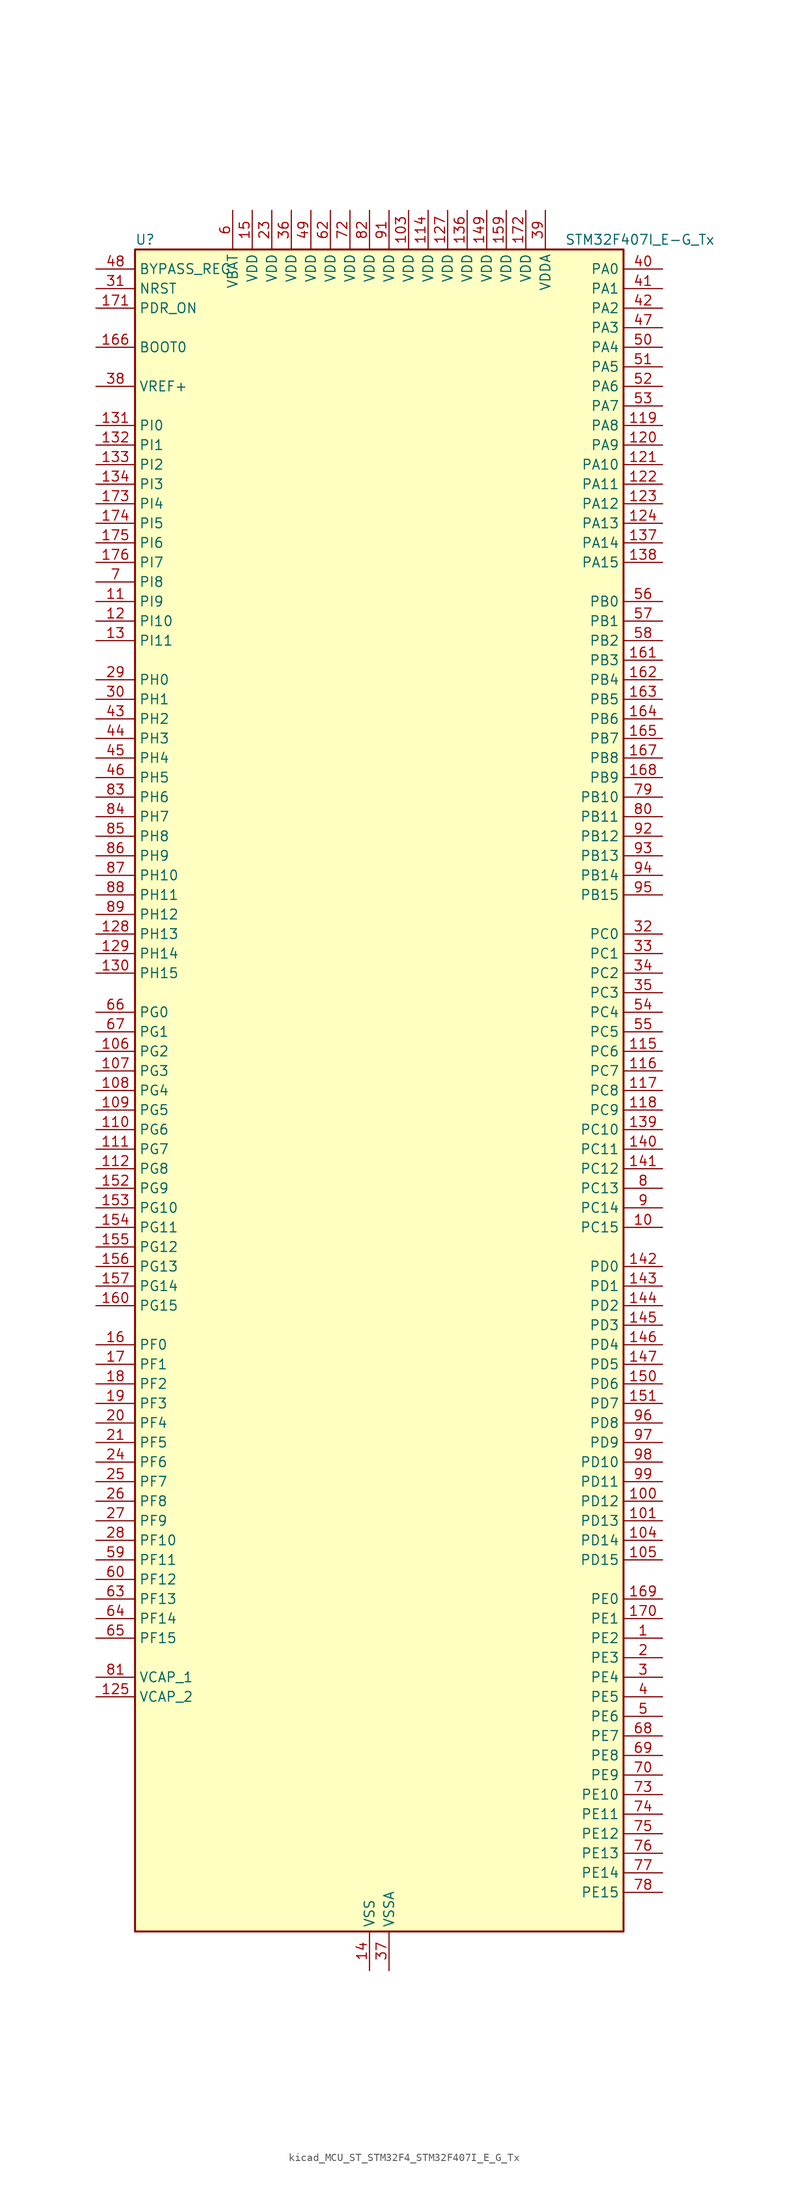
<source format=kicad_sym>
(kicad_symbol_lib
  (version 20220914)
  (generator kicad_symbol_editor)
  (symbol "kicad_MCU_ST_STM32F4_STM32F407I_E_G_Tx"
    (property "Reference" "U"
      (at -30.48 110.49 0)
      (effects (font (size 1.27 1.27)) (justify left)))
    (property "Value" "STM32F407I_E-G_Tx"
      (at 25.4 110.49 0)
      (effects (font (size 1.27 1.27)) (justify left)))
    (property "ki_locked" ""
      (at 0 0 0)
      (effects (font (size 1.27 1.27))))
    (symbol "kicad_MCU_ST_STM32F4_STM32F407I_E_G_Tx_0_1"
      (rectangle (start -30.48 -109.22) (end 33.02 109.22) (stroke (width 0.254) (type default)) (fill (type background))))
    (symbol "kicad_MCU_ST_STM32F4_STM32F407I_E_G_Tx_1_1"
      (pin bidirectional line (at 38.1 -71.12 180) (length 5.08) (name "PE2" (effects (font (size 1.27 1.27)))) (number "1" (effects (font (size 1.27 1.27)))) (alternate "ETH_TXD3" bidirectional line) (alternate "FSMC_A23" bidirectional line) (alternate "SYS_TRACECLK" bidirectional line))
      (pin bidirectional line (at 38.1 -17.78 180) (length 5.08) (name "PC15" (effects (font (size 1.27 1.27)))) (number "10" (effects (font (size 1.27 1.27)))) (alternate "ADC1_EXTI15" bidirectional line) (alternate "ADC2_EXTI15" bidirectional line) (alternate "ADC3_EXTI15" bidirectional line) (alternate "RCC_OSC32_OUT" bidirectional line))
      (pin bidirectional line (at 38.1 -53.34 180) (length 5.08) (name "PD12" (effects (font (size 1.27 1.27)))) (number "100" (effects (font (size 1.27 1.27)))) (alternate "FSMC_A17" bidirectional line) (alternate "FSMC_ALE" bidirectional line) (alternate "TIM4_CH1" bidirectional line) (alternate "USART3_RTS" bidirectional line))
      (pin bidirectional line (at 38.1 -55.88 180) (length 5.08) (name "PD13" (effects (font (size 1.27 1.27)))) (number "101" (effects (font (size 1.27 1.27)))) (alternate "FSMC_A18" bidirectional line) (alternate "TIM4_CH2" bidirectional line))
      (pin passive line (at 0 -114.3 90) (length 5.08) hide (name "VSS" (effects (font (size 1.27 1.27)))) (number "102" (effects (font (size 1.27 1.27)))))
      (pin power_in line (at 5.08 114.3 270) (length 5.08) (name "VDD" (effects (font (size 1.27 1.27)))) (number "103" (effects (font (size 1.27 1.27)))))
      (pin bidirectional line (at 38.1 -58.42 180) (length 5.08) (name "PD14" (effects (font (size 1.27 1.27)))) (number "104" (effects (font (size 1.27 1.27)))) (alternate "FSMC_D0" bidirectional line) (alternate "FSMC_DA0" bidirectional line) (alternate "TIM4_CH3" bidirectional line))
      (pin bidirectional line (at 38.1 -60.96 180) (length 5.08) (name "PD15" (effects (font (size 1.27 1.27)))) (number "105" (effects (font (size 1.27 1.27)))) (alternate "ADC1_EXTI15" bidirectional line) (alternate "ADC2_EXTI15" bidirectional line) (alternate "ADC3_EXTI15" bidirectional line) (alternate "FSMC_D1" bidirectional line) (alternate "FSMC_DA1" bidirectional line) (alternate "TIM4_CH4" bidirectional line))
      (pin bidirectional line (at -35.56 5.08 0) (length 5.08) (name "PG2" (effects (font (size 1.27 1.27)))) (number "106" (effects (font (size 1.27 1.27)))) (alternate "FSMC_A12" bidirectional line))
      (pin bidirectional line (at -35.56 2.54 0) (length 5.08) (name "PG3" (effects (font (size 1.27 1.27)))) (number "107" (effects (font (size 1.27 1.27)))) (alternate "FSMC_A13" bidirectional line))
      (pin bidirectional line (at -35.56 0 0) (length 5.08) (name "PG4" (effects (font (size 1.27 1.27)))) (number "108" (effects (font (size 1.27 1.27)))) (alternate "FSMC_A14" bidirectional line))
      (pin bidirectional line (at -35.56 -2.54 0) (length 5.08) (name "PG5" (effects (font (size 1.27 1.27)))) (number "109" (effects (font (size 1.27 1.27)))) (alternate "FSMC_A15" bidirectional line))
      (pin bidirectional line (at -35.56 63.5 0) (length 5.08) (name "PI9" (effects (font (size 1.27 1.27)))) (number "11" (effects (font (size 1.27 1.27)))) (alternate "CAN1_RX" bidirectional line) (alternate "DAC_EXTI9" bidirectional line))
      (pin bidirectional line (at -35.56 -5.08 0) (length 5.08) (name "PG6" (effects (font (size 1.27 1.27)))) (number "110" (effects (font (size 1.27 1.27)))) (alternate "FSMC_INT2" bidirectional line))
      (pin bidirectional line (at -35.56 -7.62 0) (length 5.08) (name "PG7" (effects (font (size 1.27 1.27)))) (number "111" (effects (font (size 1.27 1.27)))) (alternate "FSMC_INT3" bidirectional line) (alternate "USART6_CK" bidirectional line))
      (pin bidirectional line (at -35.56 -10.16 0) (length 5.08) (name "PG8" (effects (font (size 1.27 1.27)))) (number "112" (effects (font (size 1.27 1.27)))) (alternate "ETH_PPS_OUT" bidirectional line) (alternate "USART6_RTS" bidirectional line))
      (pin passive line (at 0 -114.3 90) (length 5.08) hide (name "VSS" (effects (font (size 1.27 1.27)))) (number "113" (effects (font (size 1.27 1.27)))))
      (pin power_in line (at 7.62 114.3 270) (length 5.08) (name "VDD" (effects (font (size 1.27 1.27)))) (number "114" (effects (font (size 1.27 1.27)))))
      (pin bidirectional line (at 38.1 5.08 180) (length 5.08) (name "PC6" (effects (font (size 1.27 1.27)))) (number "115" (effects (font (size 1.27 1.27)))) (alternate "DCMI_D0" bidirectional line) (alternate "I2S2_MCK" bidirectional line) (alternate "SDIO_D6" bidirectional line) (alternate "TIM3_CH1" bidirectional line) (alternate "TIM8_CH1" bidirectional line) (alternate "USART6_TX" bidirectional line))
      (pin bidirectional line (at 38.1 2.54 180) (length 5.08) (name "PC7" (effects (font (size 1.27 1.27)))) (number "116" (effects (font (size 1.27 1.27)))) (alternate "DCMI_D1" bidirectional line) (alternate "I2S3_MCK" bidirectional line) (alternate "SDIO_D7" bidirectional line) (alternate "TIM3_CH2" bidirectional line) (alternate "TIM8_CH2" bidirectional line) (alternate "USART6_RX" bidirectional line))
      (pin bidirectional line (at 38.1 0 180) (length 5.08) (name "PC8" (effects (font (size 1.27 1.27)))) (number "117" (effects (font (size 1.27 1.27)))) (alternate "DCMI_D2" bidirectional line) (alternate "SDIO_D0" bidirectional line) (alternate "TIM3_CH3" bidirectional line) (alternate "TIM8_CH3" bidirectional line) (alternate "USART6_CK" bidirectional line))
      (pin bidirectional line (at 38.1 -2.54 180) (length 5.08) (name "PC9" (effects (font (size 1.27 1.27)))) (number "118" (effects (font (size 1.27 1.27)))) (alternate "DAC_EXTI9" bidirectional line) (alternate "DCMI_D3" bidirectional line) (alternate "I2C3_SDA" bidirectional line) (alternate "I2S_CKIN" bidirectional line) (alternate "RCC_MCO_2" bidirectional line) (alternate "SDIO_D1" bidirectional line) (alternate "TIM3_CH4" bidirectional line) (alternate "TIM8_CH4" bidirectional line))
      (pin bidirectional line (at 38.1 86.36 180) (length 5.08) (name "PA8" (effects (font (size 1.27 1.27)))) (number "119" (effects (font (size 1.27 1.27)))) (alternate "I2C3_SCL" bidirectional line) (alternate "RCC_MCO_1" bidirectional line) (alternate "TIM1_CH1" bidirectional line) (alternate "USART1_CK" bidirectional line) (alternate "USB_OTG_FS_SOF" bidirectional line))
      (pin bidirectional line (at -35.56 60.96 0) (length 5.08) (name "PI10" (effects (font (size 1.27 1.27)))) (number "12" (effects (font (size 1.27 1.27)))) (alternate "ETH_RX_ER" bidirectional line))
      (pin bidirectional line (at 38.1 83.82 180) (length 5.08) (name "PA9" (effects (font (size 1.27 1.27)))) (number "120" (effects (font (size 1.27 1.27)))) (alternate "DAC_EXTI9" bidirectional line) (alternate "DCMI_D0" bidirectional line) (alternate "I2C3_SMBA" bidirectional line) (alternate "TIM1_CH2" bidirectional line) (alternate "USART1_TX" bidirectional line) (alternate "USB_OTG_FS_VBUS" bidirectional line))
      (pin bidirectional line (at 38.1 81.28 180) (length 5.08) (name "PA10" (effects (font (size 1.27 1.27)))) (number "121" (effects (font (size 1.27 1.27)))) (alternate "DCMI_D1" bidirectional line) (alternate "TIM1_CH3" bidirectional line) (alternate "USART1_RX" bidirectional line) (alternate "USB_OTG_FS_ID" bidirectional line))
      (pin bidirectional line (at 38.1 78.74 180) (length 5.08) (name "PA11" (effects (font (size 1.27 1.27)))) (number "122" (effects (font (size 1.27 1.27)))) (alternate "ADC1_EXTI11" bidirectional line) (alternate "ADC2_EXTI11" bidirectional line) (alternate "ADC3_EXTI11" bidirectional line) (alternate "CAN1_RX" bidirectional line) (alternate "TIM1_CH4" bidirectional line) (alternate "USART1_CTS" bidirectional line) (alternate "USB_OTG_FS_DM" bidirectional line))
      (pin bidirectional line (at 38.1 76.2 180) (length 5.08) (name "PA12" (effects (font (size 1.27 1.27)))) (number "123" (effects (font (size 1.27 1.27)))) (alternate "CAN1_TX" bidirectional line) (alternate "TIM1_ETR" bidirectional line) (alternate "USART1_RTS" bidirectional line) (alternate "USB_OTG_FS_DP" bidirectional line))
      (pin bidirectional line (at 38.1 73.66 180) (length 5.08) (name "PA13" (effects (font (size 1.27 1.27)))) (number "124" (effects (font (size 1.27 1.27)))) (alternate "SYS_JTMS-SWDIO" bidirectional line))
      (pin power_out line (at -35.56 -78.74 0) (length 5.08) (name "VCAP_2" (effects (font (size 1.27 1.27)))) (number "125" (effects (font (size 1.27 1.27)))))
      (pin passive line (at 0 -114.3 90) (length 5.08) hide (name "VSS" (effects (font (size 1.27 1.27)))) (number "126" (effects (font (size 1.27 1.27)))))
      (pin power_in line (at 10.16 114.3 270) (length 5.08) (name "VDD" (effects (font (size 1.27 1.27)))) (number "127" (effects (font (size 1.27 1.27)))))
      (pin bidirectional line (at -35.56 20.32 0) (length 5.08) (name "PH13" (effects (font (size 1.27 1.27)))) (number "128" (effects (font (size 1.27 1.27)))) (alternate "CAN1_TX" bidirectional line) (alternate "TIM8_CH1N" bidirectional line))
      (pin bidirectional line (at -35.56 17.78 0) (length 5.08) (name "PH14" (effects (font (size 1.27 1.27)))) (number "129" (effects (font (size 1.27 1.27)))) (alternate "DCMI_D4" bidirectional line) (alternate "TIM8_CH2N" bidirectional line))
      (pin bidirectional line (at -35.56 58.42 0) (length 5.08) (name "PI11" (effects (font (size 1.27 1.27)))) (number "13" (effects (font (size 1.27 1.27)))) (alternate "ADC1_EXTI11" bidirectional line) (alternate "ADC2_EXTI11" bidirectional line) (alternate "ADC3_EXTI11" bidirectional line) (alternate "USB_OTG_HS_ULPI_DIR" bidirectional line))
      (pin bidirectional line (at -35.56 15.24 0) (length 5.08) (name "PH15" (effects (font (size 1.27 1.27)))) (number "130" (effects (font (size 1.27 1.27)))) (alternate "ADC1_EXTI15" bidirectional line) (alternate "ADC2_EXTI15" bidirectional line) (alternate "ADC3_EXTI15" bidirectional line) (alternate "DCMI_D11" bidirectional line) (alternate "TIM8_CH3N" bidirectional line))
      (pin bidirectional line (at -35.56 86.36 0) (length 5.08) (name "PI0" (effects (font (size 1.27 1.27)))) (number "131" (effects (font (size 1.27 1.27)))) (alternate "DCMI_D13" bidirectional line) (alternate "I2S2_WS" bidirectional line) (alternate "SPI2_NSS" bidirectional line) (alternate "TIM5_CH4" bidirectional line))
      (pin bidirectional line (at -35.56 83.82 0) (length 5.08) (name "PI1" (effects (font (size 1.27 1.27)))) (number "132" (effects (font (size 1.27 1.27)))) (alternate "DCMI_D8" bidirectional line) (alternate "I2S2_CK" bidirectional line) (alternate "SPI2_SCK" bidirectional line))
      (pin bidirectional line (at -35.56 81.28 0) (length 5.08) (name "PI2" (effects (font (size 1.27 1.27)))) (number "133" (effects (font (size 1.27 1.27)))) (alternate "DCMI_D9" bidirectional line) (alternate "I2S2_ext_SD" bidirectional line) (alternate "SPI2_MISO" bidirectional line) (alternate "TIM8_CH4" bidirectional line))
      (pin bidirectional line (at -35.56 78.74 0) (length 5.08) (name "PI3" (effects (font (size 1.27 1.27)))) (number "134" (effects (font (size 1.27 1.27)))) (alternate "DCMI_D10" bidirectional line) (alternate "I2S2_SD" bidirectional line) (alternate "SPI2_MOSI" bidirectional line) (alternate "TIM8_ETR" bidirectional line))
      (pin passive line (at 0 -114.3 90) (length 5.08) hide (name "VSS" (effects (font (size 1.27 1.27)))) (number "135" (effects (font (size 1.27 1.27)))))
      (pin power_in line (at 12.7 114.3 270) (length 5.08) (name "VDD" (effects (font (size 1.27 1.27)))) (number "136" (effects (font (size 1.27 1.27)))))
      (pin bidirectional line (at 38.1 71.12 180) (length 5.08) (name "PA14" (effects (font (size 1.27 1.27)))) (number "137" (effects (font (size 1.27 1.27)))) (alternate "SYS_JTCK-SWCLK" bidirectional line))
      (pin bidirectional line (at 38.1 68.58 180) (length 5.08) (name "PA15" (effects (font (size 1.27 1.27)))) (number "138" (effects (font (size 1.27 1.27)))) (alternate "ADC1_EXTI15" bidirectional line) (alternate "ADC2_EXTI15" bidirectional line) (alternate "ADC3_EXTI15" bidirectional line) (alternate "I2S3_WS" bidirectional line) (alternate "SPI1_NSS" bidirectional line) (alternate "SPI3_NSS" bidirectional line) (alternate "SYS_JTDI" bidirectional line) (alternate "TIM2_CH1" bidirectional line) (alternate "TIM2_ETR" bidirectional line))
      (pin bidirectional line (at 38.1 -5.08 180) (length 5.08) (name "PC10" (effects (font (size 1.27 1.27)))) (number "139" (effects (font (size 1.27 1.27)))) (alternate "DCMI_D8" bidirectional line) (alternate "I2S3_CK" bidirectional line) (alternate "SDIO_D2" bidirectional line) (alternate "SPI3_SCK" bidirectional line) (alternate "UART4_TX" bidirectional line) (alternate "USART3_TX" bidirectional line))
      (pin power_in line (at 0 -114.3 90) (length 5.08) (name "VSS" (effects (font (size 1.27 1.27)))) (number "14" (effects (font (size 1.27 1.27)))))
      (pin bidirectional line (at 38.1 -7.62 180) (length 5.08) (name "PC11" (effects (font (size 1.27 1.27)))) (number "140" (effects (font (size 1.27 1.27)))) (alternate "ADC1_EXTI11" bidirectional line) (alternate "ADC2_EXTI11" bidirectional line) (alternate "ADC3_EXTI11" bidirectional line) (alternate "DCMI_D4" bidirectional line) (alternate "I2S3_ext_SD" bidirectional line) (alternate "SDIO_D3" bidirectional line) (alternate "SPI3_MISO" bidirectional line) (alternate "UART4_RX" bidirectional line) (alternate "USART3_RX" bidirectional line))
      (pin bidirectional line (at 38.1 -10.16 180) (length 5.08) (name "PC12" (effects (font (size 1.27 1.27)))) (number "141" (effects (font (size 1.27 1.27)))) (alternate "DCMI_D9" bidirectional line) (alternate "I2S3_SD" bidirectional line) (alternate "SDIO_CK" bidirectional line) (alternate "SPI3_MOSI" bidirectional line) (alternate "UART5_TX" bidirectional line) (alternate "USART3_CK" bidirectional line))
      (pin bidirectional line (at 38.1 -22.86 180) (length 5.08) (name "PD0" (effects (font (size 1.27 1.27)))) (number "142" (effects (font (size 1.27 1.27)))) (alternate "CAN1_RX" bidirectional line) (alternate "FSMC_D2" bidirectional line) (alternate "FSMC_DA2" bidirectional line))
      (pin bidirectional line (at 38.1 -25.4 180) (length 5.08) (name "PD1" (effects (font (size 1.27 1.27)))) (number "143" (effects (font (size 1.27 1.27)))) (alternate "CAN1_TX" bidirectional line) (alternate "FSMC_D3" bidirectional line) (alternate "FSMC_DA3" bidirectional line))
      (pin bidirectional line (at 38.1 -27.94 180) (length 5.08) (name "PD2" (effects (font (size 1.27 1.27)))) (number "144" (effects (font (size 1.27 1.27)))) (alternate "DCMI_D11" bidirectional line) (alternate "SDIO_CMD" bidirectional line) (alternate "TIM3_ETR" bidirectional line) (alternate "UART5_RX" bidirectional line))
      (pin bidirectional line (at 38.1 -30.48 180) (length 5.08) (name "PD3" (effects (font (size 1.27 1.27)))) (number "145" (effects (font (size 1.27 1.27)))) (alternate "FSMC_CLK" bidirectional line) (alternate "USART2_CTS" bidirectional line))
      (pin bidirectional line (at 38.1 -33.02 180) (length 5.08) (name "PD4" (effects (font (size 1.27 1.27)))) (number "146" (effects (font (size 1.27 1.27)))) (alternate "FSMC_NOE" bidirectional line) (alternate "USART2_RTS" bidirectional line))
      (pin bidirectional line (at 38.1 -35.56 180) (length 5.08) (name "PD5" (effects (font (size 1.27 1.27)))) (number "147" (effects (font (size 1.27 1.27)))) (alternate "FSMC_NWE" bidirectional line) (alternate "USART2_TX" bidirectional line))
      (pin passive line (at 0 -114.3 90) (length 5.08) hide (name "VSS" (effects (font (size 1.27 1.27)))) (number "148" (effects (font (size 1.27 1.27)))))
      (pin power_in line (at 15.24 114.3 270) (length 5.08) (name "VDD" (effects (font (size 1.27 1.27)))) (number "149" (effects (font (size 1.27 1.27)))))
      (pin power_in line (at -15.24 114.3 270) (length 5.08) (name "VDD" (effects (font (size 1.27 1.27)))) (number "15" (effects (font (size 1.27 1.27)))))
      (pin bidirectional line (at 38.1 -38.1 180) (length 5.08) (name "PD6" (effects (font (size 1.27 1.27)))) (number "150" (effects (font (size 1.27 1.27)))) (alternate "FSMC_NWAIT" bidirectional line) (alternate "USART2_RX" bidirectional line))
      (pin bidirectional line (at 38.1 -40.64 180) (length 5.08) (name "PD7" (effects (font (size 1.27 1.27)))) (number "151" (effects (font (size 1.27 1.27)))) (alternate "FSMC_NCE2" bidirectional line) (alternate "FSMC_NE1" bidirectional line) (alternate "USART2_CK" bidirectional line))
      (pin bidirectional line (at -35.56 -12.7 0) (length 5.08) (name "PG9" (effects (font (size 1.27 1.27)))) (number "152" (effects (font (size 1.27 1.27)))) (alternate "DAC_EXTI9" bidirectional line) (alternate "FSMC_NCE3" bidirectional line) (alternate "FSMC_NE2" bidirectional line) (alternate "USART6_RX" bidirectional line))
      (pin bidirectional line (at -35.56 -15.24 0) (length 5.08) (name "PG10" (effects (font (size 1.27 1.27)))) (number "153" (effects (font (size 1.27 1.27)))) (alternate "FSMC_NCE4_1" bidirectional line) (alternate "FSMC_NE3" bidirectional line))
      (pin bidirectional line (at -35.56 -17.78 0) (length 5.08) (name "PG11" (effects (font (size 1.27 1.27)))) (number "154" (effects (font (size 1.27 1.27)))) (alternate "ADC1_EXTI11" bidirectional line) (alternate "ADC2_EXTI11" bidirectional line) (alternate "ADC3_EXTI11" bidirectional line) (alternate "ETH_TX_EN" bidirectional line) (alternate "FSMC_NCE4_2" bidirectional line))
      (pin bidirectional line (at -35.56 -20.32 0) (length 5.08) (name "PG12" (effects (font (size 1.27 1.27)))) (number "155" (effects (font (size 1.27 1.27)))) (alternate "FSMC_NE4" bidirectional line) (alternate "USART6_RTS" bidirectional line))
      (pin bidirectional line (at -35.56 -22.86 0) (length 5.08) (name "PG13" (effects (font (size 1.27 1.27)))) (number "156" (effects (font (size 1.27 1.27)))) (alternate "ETH_TXD0" bidirectional line) (alternate "FSMC_A24" bidirectional line) (alternate "USART6_CTS" bidirectional line))
      (pin bidirectional line (at -35.56 -25.4 0) (length 5.08) (name "PG14" (effects (font (size 1.27 1.27)))) (number "157" (effects (font (size 1.27 1.27)))) (alternate "ETH_TXD1" bidirectional line) (alternate "FSMC_A25" bidirectional line) (alternate "USART6_TX" bidirectional line))
      (pin passive line (at 0 -114.3 90) (length 5.08) hide (name "VSS" (effects (font (size 1.27 1.27)))) (number "158" (effects (font (size 1.27 1.27)))))
      (pin power_in line (at 17.78 114.3 270) (length 5.08) (name "VDD" (effects (font (size 1.27 1.27)))) (number "159" (effects (font (size 1.27 1.27)))))
      (pin bidirectional line (at -35.56 -33.02 0) (length 5.08) (name "PF0" (effects (font (size 1.27 1.27)))) (number "16" (effects (font (size 1.27 1.27)))) (alternate "FSMC_A0" bidirectional line) (alternate "I2C2_SDA" bidirectional line))
      (pin bidirectional line (at -35.56 -27.94 0) (length 5.08) (name "PG15" (effects (font (size 1.27 1.27)))) (number "160" (effects (font (size 1.27 1.27)))) (alternate "ADC1_EXTI15" bidirectional line) (alternate "ADC2_EXTI15" bidirectional line) (alternate "ADC3_EXTI15" bidirectional line) (alternate "DCMI_D13" bidirectional line) (alternate "USART6_CTS" bidirectional line))
      (pin bidirectional line (at 38.1 55.88 180) (length 5.08) (name "PB3" (effects (font (size 1.27 1.27)))) (number "161" (effects (font (size 1.27 1.27)))) (alternate "I2S3_CK" bidirectional line) (alternate "SPI1_SCK" bidirectional line) (alternate "SPI3_SCK" bidirectional line) (alternate "SYS_JTDO-SWO" bidirectional line) (alternate "TIM2_CH2" bidirectional line))
      (pin bidirectional line (at 38.1 53.34 180) (length 5.08) (name "PB4" (effects (font (size 1.27 1.27)))) (number "162" (effects (font (size 1.27 1.27)))) (alternate "I2S3_ext_SD" bidirectional line) (alternate "SPI1_MISO" bidirectional line) (alternate "SPI3_MISO" bidirectional line) (alternate "SYS_JTRST" bidirectional line) (alternate "TIM3_CH1" bidirectional line))
      (pin bidirectional line (at 38.1 50.8 180) (length 5.08) (name "PB5" (effects (font (size 1.27 1.27)))) (number "163" (effects (font (size 1.27 1.27)))) (alternate "CAN2_RX" bidirectional line) (alternate "DCMI_D10" bidirectional line) (alternate "ETH_PPS_OUT" bidirectional line) (alternate "I2C1_SMBA" bidirectional line) (alternate "I2S3_SD" bidirectional line) (alternate "SPI1_MOSI" bidirectional line) (alternate "SPI3_MOSI" bidirectional line) (alternate "TIM3_CH2" bidirectional line) (alternate "USB_OTG_HS_ULPI_D7" bidirectional line))
      (pin bidirectional line (at 38.1 48.26 180) (length 5.08) (name "PB6" (effects (font (size 1.27 1.27)))) (number "164" (effects (font (size 1.27 1.27)))) (alternate "CAN2_TX" bidirectional line) (alternate "DCMI_D5" bidirectional line) (alternate "I2C1_SCL" bidirectional line) (alternate "TIM4_CH1" bidirectional line) (alternate "USART1_TX" bidirectional line))
      (pin bidirectional line (at 38.1 45.72 180) (length 5.08) (name "PB7" (effects (font (size 1.27 1.27)))) (number "165" (effects (font (size 1.27 1.27)))) (alternate "DCMI_VSYNC" bidirectional line) (alternate "FSMC_NL" bidirectional line) (alternate "I2C1_SDA" bidirectional line) (alternate "TIM4_CH2" bidirectional line) (alternate "USART1_RX" bidirectional line))
      (pin input line (at -35.56 96.52 0) (length 5.08) (name "BOOT0" (effects (font (size 1.27 1.27)))) (number "166" (effects (font (size 1.27 1.27)))))
      (pin bidirectional line (at 38.1 43.18 180) (length 5.08) (name "PB8" (effects (font (size 1.27 1.27)))) (number "167" (effects (font (size 1.27 1.27)))) (alternate "CAN1_RX" bidirectional line) (alternate "DCMI_D6" bidirectional line) (alternate "ETH_TXD3" bidirectional line) (alternate "I2C1_SCL" bidirectional line) (alternate "SDIO_D4" bidirectional line) (alternate "TIM10_CH1" bidirectional line) (alternate "TIM4_CH3" bidirectional line))
      (pin bidirectional line (at 38.1 40.64 180) (length 5.08) (name "PB9" (effects (font (size 1.27 1.27)))) (number "168" (effects (font (size 1.27 1.27)))) (alternate "CAN1_TX" bidirectional line) (alternate "DAC_EXTI9" bidirectional line) (alternate "DCMI_D7" bidirectional line) (alternate "I2C1_SDA" bidirectional line) (alternate "I2S2_WS" bidirectional line) (alternate "SDIO_D5" bidirectional line) (alternate "SPI2_NSS" bidirectional line) (alternate "TIM11_CH1" bidirectional line) (alternate "TIM4_CH4" bidirectional line))
      (pin bidirectional line (at 38.1 -66.04 180) (length 5.08) (name "PE0" (effects (font (size 1.27 1.27)))) (number "169" (effects (font (size 1.27 1.27)))) (alternate "DCMI_D2" bidirectional line) (alternate "FSMC_NBL0" bidirectional line) (alternate "TIM4_ETR" bidirectional line))
      (pin bidirectional line (at -35.56 -35.56 0) (length 5.08) (name "PF1" (effects (font (size 1.27 1.27)))) (number "17" (effects (font (size 1.27 1.27)))) (alternate "FSMC_A1" bidirectional line) (alternate "I2C2_SCL" bidirectional line))
      (pin bidirectional line (at 38.1 -68.58 180) (length 5.08) (name "PE1" (effects (font (size 1.27 1.27)))) (number "170" (effects (font (size 1.27 1.27)))) (alternate "DCMI_D3" bidirectional line) (alternate "FSMC_NBL1" bidirectional line))
      (pin input line (at -35.56 101.6 0) (length 5.08) (name "PDR_ON" (effects (font (size 1.27 1.27)))) (number "171" (effects (font (size 1.27 1.27)))))
      (pin power_in line (at 20.32 114.3 270) (length 5.08) (name "VDD" (effects (font (size 1.27 1.27)))) (number "172" (effects (font (size 1.27 1.27)))))
      (pin bidirectional line (at -35.56 76.2 0) (length 5.08) (name "PI4" (effects (font (size 1.27 1.27)))) (number "173" (effects (font (size 1.27 1.27)))) (alternate "DCMI_D5" bidirectional line) (alternate "TIM8_BKIN" bidirectional line))
      (pin bidirectional line (at -35.56 73.66 0) (length 5.08) (name "PI5" (effects (font (size 1.27 1.27)))) (number "174" (effects (font (size 1.27 1.27)))) (alternate "DCMI_VSYNC" bidirectional line) (alternate "TIM8_CH1" bidirectional line))
      (pin bidirectional line (at -35.56 71.12 0) (length 5.08) (name "PI6" (effects (font (size 1.27 1.27)))) (number "175" (effects (font (size 1.27 1.27)))) (alternate "DCMI_D6" bidirectional line) (alternate "TIM8_CH2" bidirectional line))
      (pin bidirectional line (at -35.56 68.58 0) (length 5.08) (name "PI7" (effects (font (size 1.27 1.27)))) (number "176" (effects (font (size 1.27 1.27)))) (alternate "DCMI_D7" bidirectional line) (alternate "TIM8_CH3" bidirectional line))
      (pin bidirectional line (at -35.56 -38.1 0) (length 5.08) (name "PF2" (effects (font (size 1.27 1.27)))) (number "18" (effects (font (size 1.27 1.27)))) (alternate "FSMC_A2" bidirectional line) (alternate "I2C2_SMBA" bidirectional line))
      (pin bidirectional line (at -35.56 -40.64 0) (length 5.08) (name "PF3" (effects (font (size 1.27 1.27)))) (number "19" (effects (font (size 1.27 1.27)))) (alternate "ADC3_IN9" bidirectional line) (alternate "FSMC_A3" bidirectional line))
      (pin bidirectional line (at 38.1 -73.66 180) (length 5.08) (name "PE3" (effects (font (size 1.27 1.27)))) (number "2" (effects (font (size 1.27 1.27)))) (alternate "FSMC_A19" bidirectional line) (alternate "SYS_TRACED0" bidirectional line))
      (pin bidirectional line (at -35.56 -43.18 0) (length 5.08) (name "PF4" (effects (font (size 1.27 1.27)))) (number "20" (effects (font (size 1.27 1.27)))) (alternate "ADC3_IN14" bidirectional line) (alternate "FSMC_A4" bidirectional line))
      (pin bidirectional line (at -35.56 -45.72 0) (length 5.08) (name "PF5" (effects (font (size 1.27 1.27)))) (number "21" (effects (font (size 1.27 1.27)))) (alternate "ADC3_IN15" bidirectional line) (alternate "FSMC_A5" bidirectional line))
      (pin passive line (at 0 -114.3 90) (length 5.08) hide (name "VSS" (effects (font (size 1.27 1.27)))) (number "22" (effects (font (size 1.27 1.27)))))
      (pin power_in line (at -12.7 114.3 270) (length 5.08) (name "VDD" (effects (font (size 1.27 1.27)))) (number "23" (effects (font (size 1.27 1.27)))))
      (pin bidirectional line (at -35.56 -48.26 0) (length 5.08) (name "PF6" (effects (font (size 1.27 1.27)))) (number "24" (effects (font (size 1.27 1.27)))) (alternate "ADC3_IN4" bidirectional line) (alternate "FSMC_NIORD" bidirectional line) (alternate "TIM10_CH1" bidirectional line))
      (pin bidirectional line (at -35.56 -50.8 0) (length 5.08) (name "PF7" (effects (font (size 1.27 1.27)))) (number "25" (effects (font (size 1.27 1.27)))) (alternate "ADC3_IN5" bidirectional line) (alternate "FSMC_NREG" bidirectional line) (alternate "TIM11_CH1" bidirectional line))
      (pin bidirectional line (at -35.56 -53.34 0) (length 5.08) (name "PF8" (effects (font (size 1.27 1.27)))) (number "26" (effects (font (size 1.27 1.27)))) (alternate "ADC3_IN6" bidirectional line) (alternate "FSMC_NIOWR" bidirectional line) (alternate "TIM13_CH1" bidirectional line))
      (pin bidirectional line (at -35.56 -55.88 0) (length 5.08) (name "PF9" (effects (font (size 1.27 1.27)))) (number "27" (effects (font (size 1.27 1.27)))) (alternate "ADC3_IN7" bidirectional line) (alternate "DAC_EXTI9" bidirectional line) (alternate "FSMC_CD" bidirectional line) (alternate "TIM14_CH1" bidirectional line))
      (pin bidirectional line (at -35.56 -58.42 0) (length 5.08) (name "PF10" (effects (font (size 1.27 1.27)))) (number "28" (effects (font (size 1.27 1.27)))) (alternate "ADC3_IN8" bidirectional line) (alternate "FSMC_INTR" bidirectional line))
      (pin bidirectional line (at -35.56 53.34 0) (length 5.08) (name "PH0" (effects (font (size 1.27 1.27)))) (number "29" (effects (font (size 1.27 1.27)))) (alternate "RCC_OSC_IN" bidirectional line))
      (pin bidirectional line (at 38.1 -76.2 180) (length 5.08) (name "PE4" (effects (font (size 1.27 1.27)))) (number "3" (effects (font (size 1.27 1.27)))) (alternate "DCMI_D4" bidirectional line) (alternate "FSMC_A20" bidirectional line) (alternate "SYS_TRACED1" bidirectional line))
      (pin bidirectional line (at -35.56 50.8 0) (length 5.08) (name "PH1" (effects (font (size 1.27 1.27)))) (number "30" (effects (font (size 1.27 1.27)))) (alternate "RCC_OSC_OUT" bidirectional line))
      (pin input line (at -35.56 104.14 0) (length 5.08) (name "NRST" (effects (font (size 1.27 1.27)))) (number "31" (effects (font (size 1.27 1.27)))))
      (pin bidirectional line (at 38.1 20.32 180) (length 5.08) (name "PC0" (effects (font (size 1.27 1.27)))) (number "32" (effects (font (size 1.27 1.27)))) (alternate "ADC1_IN10" bidirectional line) (alternate "ADC2_IN10" bidirectional line) (alternate "ADC3_IN10" bidirectional line) (alternate "USB_OTG_HS_ULPI_STP" bidirectional line))
      (pin bidirectional line (at 38.1 17.78 180) (length 5.08) (name "PC1" (effects (font (size 1.27 1.27)))) (number "33" (effects (font (size 1.27 1.27)))) (alternate "ADC1_IN11" bidirectional line) (alternate "ADC2_IN11" bidirectional line) (alternate "ADC3_IN11" bidirectional line) (alternate "ETH_MDC" bidirectional line))
      (pin bidirectional line (at 38.1 15.24 180) (length 5.08) (name "PC2" (effects (font (size 1.27 1.27)))) (number "34" (effects (font (size 1.27 1.27)))) (alternate "ADC1_IN12" bidirectional line) (alternate "ADC2_IN12" bidirectional line) (alternate "ADC3_IN12" bidirectional line) (alternate "ETH_TXD2" bidirectional line) (alternate "I2S2_ext_SD" bidirectional line) (alternate "SPI2_MISO" bidirectional line) (alternate "USB_OTG_HS_ULPI_DIR" bidirectional line))
      (pin bidirectional line (at 38.1 12.7 180) (length 5.08) (name "PC3" (effects (font (size 1.27 1.27)))) (number "35" (effects (font (size 1.27 1.27)))) (alternate "ADC1_IN13" bidirectional line) (alternate "ADC2_IN13" bidirectional line) (alternate "ADC3_IN13" bidirectional line) (alternate "ETH_TX_CLK" bidirectional line) (alternate "I2S2_SD" bidirectional line) (alternate "SPI2_MOSI" bidirectional line) (alternate "USB_OTG_HS_ULPI_NXT" bidirectional line))
      (pin power_in line (at -10.16 114.3 270) (length 5.08) (name "VDD" (effects (font (size 1.27 1.27)))) (number "36" (effects (font (size 1.27 1.27)))))
      (pin power_in line (at 2.54 -114.3 90) (length 5.08) (name "VSSA" (effects (font (size 1.27 1.27)))) (number "37" (effects (font (size 1.27 1.27)))))
      (pin input line (at -35.56 91.44 0) (length 5.08) (name "VREF+" (effects (font (size 1.27 1.27)))) (number "38" (effects (font (size 1.27 1.27)))))
      (pin power_in line (at 22.86 114.3 270) (length 5.08) (name "VDDA" (effects (font (size 1.27 1.27)))) (number "39" (effects (font (size 1.27 1.27)))))
      (pin bidirectional line (at 38.1 -78.74 180) (length 5.08) (name "PE5" (effects (font (size 1.27 1.27)))) (number "4" (effects (font (size 1.27 1.27)))) (alternate "DCMI_D6" bidirectional line) (alternate "FSMC_A21" bidirectional line) (alternate "SYS_TRACED2" bidirectional line) (alternate "TIM9_CH1" bidirectional line))
      (pin bidirectional line (at 38.1 106.68 180) (length 5.08) (name "PA0" (effects (font (size 1.27 1.27)))) (number "40" (effects (font (size 1.27 1.27)))) (alternate "ADC1_IN0" bidirectional line) (alternate "ADC2_IN0" bidirectional line) (alternate "ADC3_IN0" bidirectional line) (alternate "ETH_CRS" bidirectional line) (alternate "SYS_WKUP" bidirectional line) (alternate "TIM2_CH1" bidirectional line) (alternate "TIM2_ETR" bidirectional line) (alternate "TIM5_CH1" bidirectional line) (alternate "TIM8_ETR" bidirectional line) (alternate "UART4_TX" bidirectional line) (alternate "USART2_CTS" bidirectional line))
      (pin bidirectional line (at 38.1 104.14 180) (length 5.08) (name "PA1" (effects (font (size 1.27 1.27)))) (number "41" (effects (font (size 1.27 1.27)))) (alternate "ADC1_IN1" bidirectional line) (alternate "ADC2_IN1" bidirectional line) (alternate "ADC3_IN1" bidirectional line) (alternate "ETH_REF_CLK" bidirectional line) (alternate "ETH_RX_CLK" bidirectional line) (alternate "TIM2_CH2" bidirectional line) (alternate "TIM5_CH2" bidirectional line) (alternate "UART4_RX" bidirectional line) (alternate "USART2_RTS" bidirectional line))
      (pin bidirectional line (at 38.1 101.6 180) (length 5.08) (name "PA2" (effects (font (size 1.27 1.27)))) (number "42" (effects (font (size 1.27 1.27)))) (alternate "ADC1_IN2" bidirectional line) (alternate "ADC2_IN2" bidirectional line) (alternate "ADC3_IN2" bidirectional line) (alternate "ETH_MDIO" bidirectional line) (alternate "TIM2_CH3" bidirectional line) (alternate "TIM5_CH3" bidirectional line) (alternate "TIM9_CH1" bidirectional line) (alternate "USART2_TX" bidirectional line))
      (pin bidirectional line (at -35.56 48.26 0) (length 5.08) (name "PH2" (effects (font (size 1.27 1.27)))) (number "43" (effects (font (size 1.27 1.27)))) (alternate "ETH_CRS" bidirectional line))
      (pin bidirectional line (at -35.56 45.72 0) (length 5.08) (name "PH3" (effects (font (size 1.27 1.27)))) (number "44" (effects (font (size 1.27 1.27)))) (alternate "ETH_COL" bidirectional line))
      (pin bidirectional line (at -35.56 43.18 0) (length 5.08) (name "PH4" (effects (font (size 1.27 1.27)))) (number "45" (effects (font (size 1.27 1.27)))) (alternate "I2C2_SCL" bidirectional line) (alternate "USB_OTG_HS_ULPI_NXT" bidirectional line))
      (pin bidirectional line (at -35.56 40.64 0) (length 5.08) (name "PH5" (effects (font (size 1.27 1.27)))) (number "46" (effects (font (size 1.27 1.27)))) (alternate "I2C2_SDA" bidirectional line))
      (pin bidirectional line (at 38.1 99.06 180) (length 5.08) (name "PA3" (effects (font (size 1.27 1.27)))) (number "47" (effects (font (size 1.27 1.27)))) (alternate "ADC1_IN3" bidirectional line) (alternate "ADC2_IN3" bidirectional line) (alternate "ADC3_IN3" bidirectional line) (alternate "ETH_COL" bidirectional line) (alternate "TIM2_CH4" bidirectional line) (alternate "TIM5_CH4" bidirectional line) (alternate "TIM9_CH2" bidirectional line) (alternate "USART2_RX" bidirectional line) (alternate "USB_OTG_HS_ULPI_D0" bidirectional line))
      (pin input line (at -35.56 106.68 0) (length 5.08) (name "BYPASS_REG" (effects (font (size 1.27 1.27)))) (number "48" (effects (font (size 1.27 1.27)))))
      (pin power_in line (at -7.62 114.3 270) (length 5.08) (name "VDD" (effects (font (size 1.27 1.27)))) (number "49" (effects (font (size 1.27 1.27)))))
      (pin bidirectional line (at 38.1 -81.28 180) (length 5.08) (name "PE6" (effects (font (size 1.27 1.27)))) (number "5" (effects (font (size 1.27 1.27)))) (alternate "DCMI_D7" bidirectional line) (alternate "FSMC_A22" bidirectional line) (alternate "SYS_TRACED3" bidirectional line) (alternate "TIM9_CH2" bidirectional line))
      (pin bidirectional line (at 38.1 96.52 180) (length 5.08) (name "PA4" (effects (font (size 1.27 1.27)))) (number "50" (effects (font (size 1.27 1.27)))) (alternate "ADC1_IN4" bidirectional line) (alternate "ADC2_IN4" bidirectional line) (alternate "DAC_OUT1" bidirectional line) (alternate "DCMI_HSYNC" bidirectional line) (alternate "I2S3_WS" bidirectional line) (alternate "SPI1_NSS" bidirectional line) (alternate "SPI3_NSS" bidirectional line) (alternate "USART2_CK" bidirectional line) (alternate "USB_OTG_HS_SOF" bidirectional line))
      (pin bidirectional line (at 38.1 93.98 180) (length 5.08) (name "PA5" (effects (font (size 1.27 1.27)))) (number "51" (effects (font (size 1.27 1.27)))) (alternate "ADC1_IN5" bidirectional line) (alternate "ADC2_IN5" bidirectional line) (alternate "DAC_OUT2" bidirectional line) (alternate "SPI1_SCK" bidirectional line) (alternate "TIM2_CH1" bidirectional line) (alternate "TIM2_ETR" bidirectional line) (alternate "TIM8_CH1N" bidirectional line) (alternate "USB_OTG_HS_ULPI_CK" bidirectional line))
      (pin bidirectional line (at 38.1 91.44 180) (length 5.08) (name "PA6" (effects (font (size 1.27 1.27)))) (number "52" (effects (font (size 1.27 1.27)))) (alternate "ADC1_IN6" bidirectional line) (alternate "ADC2_IN6" bidirectional line) (alternate "DCMI_PIXCLK" bidirectional line) (alternate "SPI1_MISO" bidirectional line) (alternate "TIM13_CH1" bidirectional line) (alternate "TIM1_BKIN" bidirectional line) (alternate "TIM3_CH1" bidirectional line) (alternate "TIM8_BKIN" bidirectional line))
      (pin bidirectional line (at 38.1 88.9 180) (length 5.08) (name "PA7" (effects (font (size 1.27 1.27)))) (number "53" (effects (font (size 1.27 1.27)))) (alternate "ADC1_IN7" bidirectional line) (alternate "ADC2_IN7" bidirectional line) (alternate "ETH_CRS_DV" bidirectional line) (alternate "ETH_RX_DV" bidirectional line) (alternate "SPI1_MOSI" bidirectional line) (alternate "TIM14_CH1" bidirectional line) (alternate "TIM1_CH1N" bidirectional line) (alternate "TIM3_CH2" bidirectional line) (alternate "TIM8_CH1N" bidirectional line))
      (pin bidirectional line (at 38.1 10.16 180) (length 5.08) (name "PC4" (effects (font (size 1.27 1.27)))) (number "54" (effects (font (size 1.27 1.27)))) (alternate "ADC1_IN14" bidirectional line) (alternate "ADC2_IN14" bidirectional line) (alternate "ETH_RXD0" bidirectional line))
      (pin bidirectional line (at 38.1 7.62 180) (length 5.08) (name "PC5" (effects (font (size 1.27 1.27)))) (number "55" (effects (font (size 1.27 1.27)))) (alternate "ADC1_IN15" bidirectional line) (alternate "ADC2_IN15" bidirectional line) (alternate "ETH_RXD1" bidirectional line))
      (pin bidirectional line (at 38.1 63.5 180) (length 5.08) (name "PB0" (effects (font (size 1.27 1.27)))) (number "56" (effects (font (size 1.27 1.27)))) (alternate "ADC1_IN8" bidirectional line) (alternate "ADC2_IN8" bidirectional line) (alternate "ETH_RXD2" bidirectional line) (alternate "TIM1_CH2N" bidirectional line) (alternate "TIM3_CH3" bidirectional line) (alternate "TIM8_CH2N" bidirectional line) (alternate "USB_OTG_HS_ULPI_D1" bidirectional line))
      (pin bidirectional line (at 38.1 60.96 180) (length 5.08) (name "PB1" (effects (font (size 1.27 1.27)))) (number "57" (effects (font (size 1.27 1.27)))) (alternate "ADC1_IN9" bidirectional line) (alternate "ADC2_IN9" bidirectional line) (alternate "ETH_RXD3" bidirectional line) (alternate "TIM1_CH3N" bidirectional line) (alternate "TIM3_CH4" bidirectional line) (alternate "TIM8_CH3N" bidirectional line) (alternate "USB_OTG_HS_ULPI_D2" bidirectional line))
      (pin bidirectional line (at 38.1 58.42 180) (length 5.08) (name "PB2" (effects (font (size 1.27 1.27)))) (number "58" (effects (font (size 1.27 1.27)))))
      (pin bidirectional line (at -35.56 -60.96 0) (length 5.08) (name "PF11" (effects (font (size 1.27 1.27)))) (number "59" (effects (font (size 1.27 1.27)))) (alternate "ADC1_EXTI11" bidirectional line) (alternate "ADC2_EXTI11" bidirectional line) (alternate "ADC3_EXTI11" bidirectional line) (alternate "DCMI_D12" bidirectional line))
      (pin power_in line (at -17.78 114.3 270) (length 5.08) (name "VBAT" (effects (font (size 1.27 1.27)))) (number "6" (effects (font (size 1.27 1.27)))))
      (pin bidirectional line (at -35.56 -63.5 0) (length 5.08) (name "PF12" (effects (font (size 1.27 1.27)))) (number "60" (effects (font (size 1.27 1.27)))) (alternate "FSMC_A6" bidirectional line))
      (pin passive line (at 0 -114.3 90) (length 5.08) hide (name "VSS" (effects (font (size 1.27 1.27)))) (number "61" (effects (font (size 1.27 1.27)))))
      (pin power_in line (at -5.08 114.3 270) (length 5.08) (name "VDD" (effects (font (size 1.27 1.27)))) (number "62" (effects (font (size 1.27 1.27)))))
      (pin bidirectional line (at -35.56 -66.04 0) (length 5.08) (name "PF13" (effects (font (size 1.27 1.27)))) (number "63" (effects (font (size 1.27 1.27)))) (alternate "FSMC_A7" bidirectional line))
      (pin bidirectional line (at -35.56 -68.58 0) (length 5.08) (name "PF14" (effects (font (size 1.27 1.27)))) (number "64" (effects (font (size 1.27 1.27)))) (alternate "FSMC_A8" bidirectional line))
      (pin bidirectional line (at -35.56 -71.12 0) (length 5.08) (name "PF15" (effects (font (size 1.27 1.27)))) (number "65" (effects (font (size 1.27 1.27)))) (alternate "ADC1_EXTI15" bidirectional line) (alternate "ADC2_EXTI15" bidirectional line) (alternate "ADC3_EXTI15" bidirectional line) (alternate "FSMC_A9" bidirectional line))
      (pin bidirectional line (at -35.56 10.16 0) (length 5.08) (name "PG0" (effects (font (size 1.27 1.27)))) (number "66" (effects (font (size 1.27 1.27)))) (alternate "FSMC_A10" bidirectional line))
      (pin bidirectional line (at -35.56 7.62 0) (length 5.08) (name "PG1" (effects (font (size 1.27 1.27)))) (number "67" (effects (font (size 1.27 1.27)))) (alternate "FSMC_A11" bidirectional line))
      (pin bidirectional line (at 38.1 -83.82 180) (length 5.08) (name "PE7" (effects (font (size 1.27 1.27)))) (number "68" (effects (font (size 1.27 1.27)))) (alternate "FSMC_D4" bidirectional line) (alternate "FSMC_DA4" bidirectional line) (alternate "TIM1_ETR" bidirectional line))
      (pin bidirectional line (at 38.1 -86.36 180) (length 5.08) (name "PE8" (effects (font (size 1.27 1.27)))) (number "69" (effects (font (size 1.27 1.27)))) (alternate "FSMC_D5" bidirectional line) (alternate "FSMC_DA5" bidirectional line) (alternate "TIM1_CH1N" bidirectional line))
      (pin bidirectional line (at -35.56 66.04 0) (length 5.08) (name "PI8" (effects (font (size 1.27 1.27)))) (number "7" (effects (font (size 1.27 1.27)))) (alternate "RTC_AF2" bidirectional line))
      (pin bidirectional line (at 38.1 -88.9 180) (length 5.08) (name "PE9" (effects (font (size 1.27 1.27)))) (number "70" (effects (font (size 1.27 1.27)))) (alternate "DAC_EXTI9" bidirectional line) (alternate "FSMC_D6" bidirectional line) (alternate "FSMC_DA6" bidirectional line) (alternate "TIM1_CH1" bidirectional line))
      (pin passive line (at 0 -114.3 90) (length 5.08) hide (name "VSS" (effects (font (size 1.27 1.27)))) (number "71" (effects (font (size 1.27 1.27)))))
      (pin power_in line (at -2.54 114.3 270) (length 5.08) (name "VDD" (effects (font (size 1.27 1.27)))) (number "72" (effects (font (size 1.27 1.27)))))
      (pin bidirectional line (at 38.1 -91.44 180) (length 5.08) (name "PE10" (effects (font (size 1.27 1.27)))) (number "73" (effects (font (size 1.27 1.27)))) (alternate "FSMC_D7" bidirectional line) (alternate "FSMC_DA7" bidirectional line) (alternate "TIM1_CH2N" bidirectional line))
      (pin bidirectional line (at 38.1 -93.98 180) (length 5.08) (name "PE11" (effects (font (size 1.27 1.27)))) (number "74" (effects (font (size 1.27 1.27)))) (alternate "ADC1_EXTI11" bidirectional line) (alternate "ADC2_EXTI11" bidirectional line) (alternate "ADC3_EXTI11" bidirectional line) (alternate "FSMC_D8" bidirectional line) (alternate "FSMC_DA8" bidirectional line) (alternate "TIM1_CH2" bidirectional line))
      (pin bidirectional line (at 38.1 -96.52 180) (length 5.08) (name "PE12" (effects (font (size 1.27 1.27)))) (number "75" (effects (font (size 1.27 1.27)))) (alternate "FSMC_D9" bidirectional line) (alternate "FSMC_DA9" bidirectional line) (alternate "TIM1_CH3N" bidirectional line))
      (pin bidirectional line (at 38.1 -99.06 180) (length 5.08) (name "PE13" (effects (font (size 1.27 1.27)))) (number "76" (effects (font (size 1.27 1.27)))) (alternate "FSMC_D10" bidirectional line) (alternate "FSMC_DA10" bidirectional line) (alternate "TIM1_CH3" bidirectional line))
      (pin bidirectional line (at 38.1 -101.6 180) (length 5.08) (name "PE14" (effects (font (size 1.27 1.27)))) (number "77" (effects (font (size 1.27 1.27)))) (alternate "FSMC_D11" bidirectional line) (alternate "FSMC_DA11" bidirectional line) (alternate "TIM1_CH4" bidirectional line))
      (pin bidirectional line (at 38.1 -104.14 180) (length 5.08) (name "PE15" (effects (font (size 1.27 1.27)))) (number "78" (effects (font (size 1.27 1.27)))) (alternate "ADC1_EXTI15" bidirectional line) (alternate "ADC2_EXTI15" bidirectional line) (alternate "ADC3_EXTI15" bidirectional line) (alternate "FSMC_D12" bidirectional line) (alternate "FSMC_DA12" bidirectional line) (alternate "TIM1_BKIN" bidirectional line))
      (pin bidirectional line (at 38.1 38.1 180) (length 5.08) (name "PB10" (effects (font (size 1.27 1.27)))) (number "79" (effects (font (size 1.27 1.27)))) (alternate "ETH_RX_ER" bidirectional line) (alternate "I2C2_SCL" bidirectional line) (alternate "I2S2_CK" bidirectional line) (alternate "SPI2_SCK" bidirectional line) (alternate "TIM2_CH3" bidirectional line) (alternate "USART3_TX" bidirectional line) (alternate "USB_OTG_HS_ULPI_D3" bidirectional line))
      (pin bidirectional line (at 38.1 -12.7 180) (length 5.08) (name "PC13" (effects (font (size 1.27 1.27)))) (number "8" (effects (font (size 1.27 1.27)))) (alternate "RTC_AF1" bidirectional line))
      (pin bidirectional line (at 38.1 35.56 180) (length 5.08) (name "PB11" (effects (font (size 1.27 1.27)))) (number "80" (effects (font (size 1.27 1.27)))) (alternate "ADC1_EXTI11" bidirectional line) (alternate "ADC2_EXTI11" bidirectional line) (alternate "ADC3_EXTI11" bidirectional line) (alternate "ETH_TX_EN" bidirectional line) (alternate "I2C2_SDA" bidirectional line) (alternate "TIM2_CH4" bidirectional line) (alternate "USART3_RX" bidirectional line) (alternate "USB_OTG_HS_ULPI_D4" bidirectional line))
      (pin power_out line (at -35.56 -76.2 0) (length 5.08) (name "VCAP_1" (effects (font (size 1.27 1.27)))) (number "81" (effects (font (size 1.27 1.27)))))
      (pin power_in line (at 0 114.3 270) (length 5.08) (name "VDD" (effects (font (size 1.27 1.27)))) (number "82" (effects (font (size 1.27 1.27)))))
      (pin bidirectional line (at -35.56 38.1 0) (length 5.08) (name "PH6" (effects (font (size 1.27 1.27)))) (number "83" (effects (font (size 1.27 1.27)))) (alternate "ETH_RXD2" bidirectional line) (alternate "I2C2_SMBA" bidirectional line) (alternate "TIM12_CH1" bidirectional line))
      (pin bidirectional line (at -35.56 35.56 0) (length 5.08) (name "PH7" (effects (font (size 1.27 1.27)))) (number "84" (effects (font (size 1.27 1.27)))) (alternate "ETH_RXD3" bidirectional line) (alternate "I2C3_SCL" bidirectional line))
      (pin bidirectional line (at -35.56 33.02 0) (length 5.08) (name "PH8" (effects (font (size 1.27 1.27)))) (number "85" (effects (font (size 1.27 1.27)))) (alternate "DCMI_HSYNC" bidirectional line) (alternate "I2C3_SDA" bidirectional line))
      (pin bidirectional line (at -35.56 30.48 0) (length 5.08) (name "PH9" (effects (font (size 1.27 1.27)))) (number "86" (effects (font (size 1.27 1.27)))) (alternate "DAC_EXTI9" bidirectional line) (alternate "DCMI_D0" bidirectional line) (alternate "I2C3_SMBA" bidirectional line) (alternate "TIM12_CH2" bidirectional line))
      (pin bidirectional line (at -35.56 27.94 0) (length 5.08) (name "PH10" (effects (font (size 1.27 1.27)))) (number "87" (effects (font (size 1.27 1.27)))) (alternate "DCMI_D1" bidirectional line) (alternate "TIM5_CH1" bidirectional line))
      (pin bidirectional line (at -35.56 25.4 0) (length 5.08) (name "PH11" (effects (font (size 1.27 1.27)))) (number "88" (effects (font (size 1.27 1.27)))) (alternate "ADC1_EXTI11" bidirectional line) (alternate "ADC2_EXTI11" bidirectional line) (alternate "ADC3_EXTI11" bidirectional line) (alternate "DCMI_D2" bidirectional line) (alternate "TIM5_CH2" bidirectional line))
      (pin bidirectional line (at -35.56 22.86 0) (length 5.08) (name "PH12" (effects (font (size 1.27 1.27)))) (number "89" (effects (font (size 1.27 1.27)))) (alternate "DCMI_D3" bidirectional line) (alternate "TIM5_CH3" bidirectional line))
      (pin bidirectional line (at 38.1 -15.24 180) (length 5.08) (name "PC14" (effects (font (size 1.27 1.27)))) (number "9" (effects (font (size 1.27 1.27)))) (alternate "RCC_OSC32_IN" bidirectional line))
      (pin passive line (at 0 -114.3 90) (length 5.08) hide (name "VSS" (effects (font (size 1.27 1.27)))) (number "90" (effects (font (size 1.27 1.27)))))
      (pin power_in line (at 2.54 114.3 270) (length 5.08) (name "VDD" (effects (font (size 1.27 1.27)))) (number "91" (effects (font (size 1.27 1.27)))))
      (pin bidirectional line (at 38.1 33.02 180) (length 5.08) (name "PB12" (effects (font (size 1.27 1.27)))) (number "92" (effects (font (size 1.27 1.27)))) (alternate "CAN2_RX" bidirectional line) (alternate "ETH_TXD0" bidirectional line) (alternate "I2C2_SMBA" bidirectional line) (alternate "I2S2_WS" bidirectional line) (alternate "SPI2_NSS" bidirectional line) (alternate "TIM1_BKIN" bidirectional line) (alternate "USART3_CK" bidirectional line) (alternate "USB_OTG_HS_ID" bidirectional line) (alternate "USB_OTG_HS_ULPI_D5" bidirectional line))
      (pin bidirectional line (at 38.1 30.48 180) (length 5.08) (name "PB13" (effects (font (size 1.27 1.27)))) (number "93" (effects (font (size 1.27 1.27)))) (alternate "CAN2_TX" bidirectional line) (alternate "ETH_TXD1" bidirectional line) (alternate "I2S2_CK" bidirectional line) (alternate "SPI2_SCK" bidirectional line) (alternate "TIM1_CH1N" bidirectional line) (alternate "USART3_CTS" bidirectional line) (alternate "USB_OTG_HS_ULPI_D6" bidirectional line) (alternate "USB_OTG_HS_VBUS" bidirectional line))
      (pin bidirectional line (at 38.1 27.94 180) (length 5.08) (name "PB14" (effects (font (size 1.27 1.27)))) (number "94" (effects (font (size 1.27 1.27)))) (alternate "I2S2_ext_SD" bidirectional line) (alternate "SPI2_MISO" bidirectional line) (alternate "TIM12_CH1" bidirectional line) (alternate "TIM1_CH2N" bidirectional line) (alternate "TIM8_CH2N" bidirectional line) (alternate "USART3_RTS" bidirectional line) (alternate "USB_OTG_HS_DM" bidirectional line))
      (pin bidirectional line (at 38.1 25.4 180) (length 5.08) (name "PB15" (effects (font (size 1.27 1.27)))) (number "95" (effects (font (size 1.27 1.27)))) (alternate "ADC1_EXTI15" bidirectional line) (alternate "ADC2_EXTI15" bidirectional line) (alternate "ADC3_EXTI15" bidirectional line) (alternate "I2S2_SD" bidirectional line) (alternate "RTC_REFIN" bidirectional line) (alternate "SPI2_MOSI" bidirectional line) (alternate "TIM12_CH2" bidirectional line) (alternate "TIM1_CH3N" bidirectional line) (alternate "TIM8_CH3N" bidirectional line) (alternate "USB_OTG_HS_DP" bidirectional line))
      (pin bidirectional line (at 38.1 -43.18 180) (length 5.08) (name "PD8" (effects (font (size 1.27 1.27)))) (number "96" (effects (font (size 1.27 1.27)))) (alternate "FSMC_D13" bidirectional line) (alternate "FSMC_DA13" bidirectional line) (alternate "USART3_TX" bidirectional line))
      (pin bidirectional line (at 38.1 -45.72 180) (length 5.08) (name "PD9" (effects (font (size 1.27 1.27)))) (number "97" (effects (font (size 1.27 1.27)))) (alternate "DAC_EXTI9" bidirectional line) (alternate "FSMC_D14" bidirectional line) (alternate "FSMC_DA14" bidirectional line) (alternate "USART3_RX" bidirectional line))
      (pin bidirectional line (at 38.1 -48.26 180) (length 5.08) (name "PD10" (effects (font (size 1.27 1.27)))) (number "98" (effects (font (size 1.27 1.27)))) (alternate "FSMC_D15" bidirectional line) (alternate "FSMC_DA15" bidirectional line) (alternate "USART3_CK" bidirectional line))
      (pin bidirectional line (at 38.1 -50.8 180) (length 5.08) (name "PD11" (effects (font (size 1.27 1.27)))) (number "99" (effects (font (size 1.27 1.27)))) (alternate "ADC1_EXTI11" bidirectional line) (alternate "ADC2_EXTI11" bidirectional line) (alternate "ADC3_EXTI11" bidirectional line) (alternate "FSMC_A16" bidirectional line) (alternate "FSMC_CLE" bidirectional line) (alternate "USART3_CTS" bidirectional line)))))
</source>
